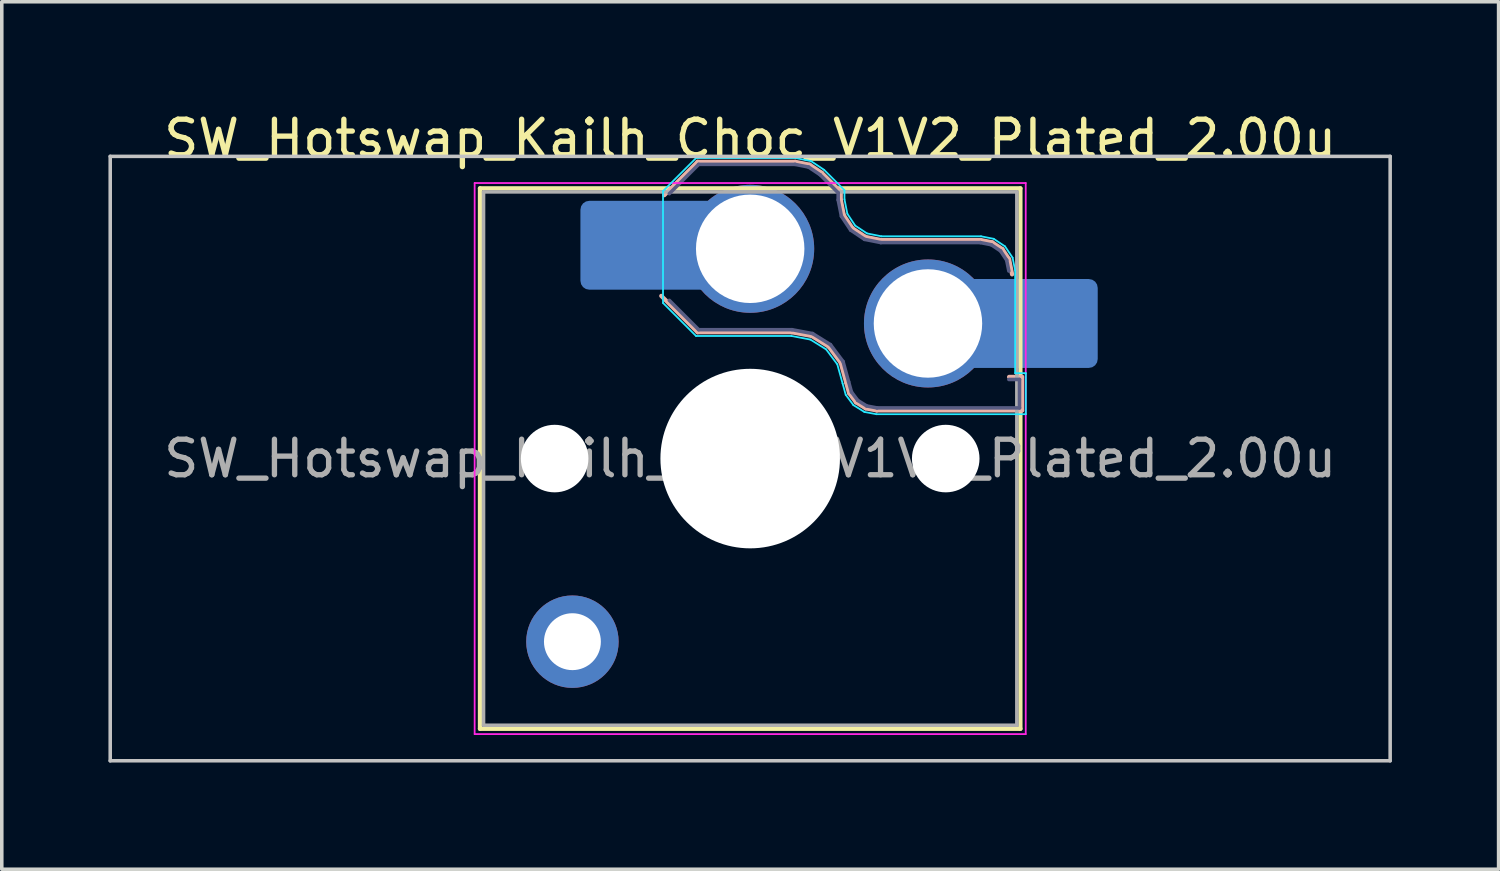
<source format=kicad_pcb>
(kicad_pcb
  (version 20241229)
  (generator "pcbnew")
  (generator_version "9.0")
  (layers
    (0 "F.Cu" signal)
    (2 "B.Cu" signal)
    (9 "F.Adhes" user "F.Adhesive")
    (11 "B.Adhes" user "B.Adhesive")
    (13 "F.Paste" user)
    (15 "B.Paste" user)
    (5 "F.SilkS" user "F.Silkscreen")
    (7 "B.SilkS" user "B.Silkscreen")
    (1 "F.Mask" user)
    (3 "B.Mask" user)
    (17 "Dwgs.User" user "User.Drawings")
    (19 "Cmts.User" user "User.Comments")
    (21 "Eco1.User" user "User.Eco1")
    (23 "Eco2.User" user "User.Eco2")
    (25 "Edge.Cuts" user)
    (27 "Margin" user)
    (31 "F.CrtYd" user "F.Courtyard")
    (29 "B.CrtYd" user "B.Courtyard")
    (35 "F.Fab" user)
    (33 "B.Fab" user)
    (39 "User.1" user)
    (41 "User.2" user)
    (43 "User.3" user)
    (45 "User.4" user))
  (footprint "SW_Hotswap_Kailh_Choc_V1V2_Plated_2.00u"
    (layer "F.Cu")
    (at 18.05 9.848)
    (property "Reference" "SW_Hotswap_Kailh_Choc_V1V2_Plated_2.00u" (at 0 -9 0) (layer "F.SilkS") (effects (font (size 1 1) (thickness 0.15))))
    (attr smd)
    (fp_line (start -7.6 -7.6) (end -7.6 7.6) (stroke (width 0.12) (type solid)) (layer "F.SilkS"))
    (fp_line (start -7.6 7.6) (end 7.6 7.6) (stroke (width 0.12) (type solid)) (layer "F.SilkS"))
    (fp_line (start 7.6 -7.6) (end -7.6 -7.6) (stroke (width 0.12) (type solid)) (layer "F.SilkS"))
    (fp_line (start 7.6 7.6) (end 7.6 -7.6) (stroke (width 0.12) (type solid)) (layer "F.SilkS"))
    (fp_line (start -2.416 -7.409) (end -1.479 -8.346) (stroke (width 0.12) (type solid)) (layer "B.SilkS"))
    (fp_line (start -1.479 -8.346) (end 1.268 -8.346) (stroke (width 0.12) (type solid)) (layer "B.SilkS"))
    (fp_line (start -1.479 -3.554) (end -2.5 -4.575) (stroke (width 0.12) (type solid)) (layer "B.SilkS"))
    (fp_line (start 1.168 -3.554) (end -1.479 -3.554) (stroke (width 0.12) (type solid)) (layer "B.SilkS"))
    (fp_line (start 1.268 -8.346) (end 1.671 -8.266) (stroke (width 0.12) (type solid)) (layer "B.SilkS"))
    (fp_line (start 1.671 -8.266) (end 2.013 -8.037) (stroke (width 0.12) (type solid)) (layer "B.SilkS"))
    (fp_line (start 1.73 -3.449) (end 1.168 -3.554) (stroke (width 0.12) (type solid)) (layer "B.SilkS"))
    (fp_line (start 2.013 -8.037) (end 2.546 -7.504) (stroke (width 0.12) (type solid)) (layer "B.SilkS"))
    (fp_line (start 2.209 -3.15) (end 1.73 -3.449) (stroke (width 0.12) (type solid)) (layer "B.SilkS"))
    (fp_line (start 2.546 -7.504) (end 2.546 -7.282) (stroke (width 0.12) (type solid)) (layer "B.SilkS"))
    (fp_line (start 2.546 -7.282) (end 2.633 -6.844) (stroke (width 0.12) (type solid)) (layer "B.SilkS"))
    (fp_line (start 2.547 -2.697) (end 2.209 -3.15) (stroke (width 0.12) (type solid)) (layer "B.SilkS"))
    (fp_line (start 2.633 -6.844) (end 2.877 -6.477) (stroke (width 0.12) (type solid)) (layer "B.SilkS"))
    (fp_line (start 2.701 -2.139) (end 2.547 -2.697) (stroke (width 0.12) (type solid)) (layer "B.SilkS"))
    (fp_line (start 2.783 -1.841) (end 2.701 -2.139) (stroke (width 0.12) (type solid)) (layer "B.SilkS"))
    (fp_line (start 2.877 -6.477) (end 3.244 -6.233) (stroke (width 0.12) (type solid)) (layer "B.SilkS"))
    (fp_line (start 2.976 -1.583) (end 2.783 -1.841) (stroke (width 0.12) (type solid)) (layer "B.SilkS"))
    (fp_line (start 3.244 -6.233) (end 3.682 -6.146) (stroke (width 0.12) (type solid)) (layer "B.SilkS"))
    (fp_line (start 3.25 -1.413) (end 2.976 -1.583) (stroke (width 0.12) (type solid)) (layer "B.SilkS"))
    (fp_line (start 3.56 -1.354) (end 3.25 -1.413) (stroke (width 0.12) (type solid)) (layer "B.SilkS"))
    (fp_line (start 3.682 -6.146) (end 6.482 -6.146) (stroke (width 0.12) (type solid)) (layer "B.SilkS"))
    (fp_line (start 6.482 -6.146) (end 6.809 -6.081) (stroke (width 0.12) (type solid)) (layer "B.SilkS"))
    (fp_line (start 6.809 -6.081) (end 7.092 -5.892) (stroke (width 0.12) (type solid)) (layer "B.SilkS"))
    (fp_line (start 7.092 -5.892) (end 7.281 -5.609) (stroke (width 0.12) (type solid)) (layer "B.SilkS"))
    (fp_line (start 7.281 -5.609) (end 7.366 -5.182) (stroke (width 0.12) (type solid)) (layer "B.SilkS"))
    (fp_line (start 7.283 -2.296) (end 7.646 -2.296) (stroke (width 0.12) (type solid)) (layer "B.SilkS"))
    (fp_line (start 7.646 -2.296) (end 7.646 -1.354) (stroke (width 0.12) (type solid)) (layer "B.SilkS"))
    (fp_line (start 7.646 -1.354) (end 3.56 -1.354) (stroke (width 0.12) (type solid)) (layer "B.SilkS"))
    (fp_line (start -18 -8.5) (end -18 8.5) (stroke (width 0.1) (type solid)) (layer "Dwgs.User"))
    (fp_line (start -18 8.5) (end 18 8.5) (stroke (width 0.1) (type solid)) (layer "Dwgs.User"))
    (fp_line (start 18 -8.5) (end -18 -8.5) (stroke (width 0.1) (type solid)) (layer "Dwgs.User"))
    (fp_line (start 18 8.5) (end 18 -8.5) (stroke (width 0.1) (type solid)) (layer "Dwgs.User"))
    (fp_line (start -7.25 -7.25) (end -7.25 7.25) (stroke (width 0.1) (type solid)) (layer "Eco1.User"))
    (fp_line (start -7.25 7.25) (end 7.25 7.25) (stroke (width 0.1) (type solid)) (layer "Eco1.User"))
    (fp_line (start 7.25 -7.25) (end -7.25 -7.25) (stroke (width 0.1) (type solid)) (layer "Eco1.User"))
    (fp_line (start 7.25 7.25) (end 7.25 -7.25) (stroke (width 0.1) (type solid)) (layer "Eco1.User"))
    (fp_line (start -2.452 -7.523) (end -1.523 -8.452) (stroke (width 0.05) (type solid)) (layer "B.CrtYd"))
    (fp_line (start -2.452 -4.377) (end -2.452 -7.523) (stroke (width 0.05) (type solid)) (layer "B.CrtYd"))
    (fp_line (start -1.523 -8.452) (end 1.278 -8.452) (stroke (width 0.05) (type solid)) (layer "B.CrtYd"))
    (fp_line (start -1.523 -3.448) (end -2.452 -4.377) (stroke (width 0.05) (type solid)) (layer "B.CrtYd"))
    (fp_line (start 1.159 -3.448) (end -1.523 -3.448) (stroke (width 0.05) (type solid)) (layer "B.CrtYd"))
    (fp_line (start 1.278 -8.452) (end 1.712 -8.366) (stroke (width 0.05) (type solid)) (layer "B.CrtYd"))
    (fp_line (start 1.691 -3.348) (end 1.159 -3.448) (stroke (width 0.05) (type solid)) (layer "B.CrtYd"))
    (fp_line (start 1.712 -8.366) (end 2.081 -8.119) (stroke (width 0.05) (type solid)) (layer "B.CrtYd"))
    (fp_line (start 2.081 -8.119) (end 2.652 -7.548) (stroke (width 0.05) (type solid)) (layer "B.CrtYd"))
    (fp_line (start 2.136 -3.071) (end 1.691 -3.348) (stroke (width 0.05) (type solid)) (layer "B.CrtYd"))
    (fp_line (start 2.45 -2.65) (end 2.136 -3.071) (stroke (width 0.05) (type solid)) (layer "B.CrtYd"))
    (fp_line (start 2.599 -2.111) (end 2.45 -2.65) (stroke (width 0.05) (type solid)) (layer "B.CrtYd"))
    (fp_line (start 2.652 -7.548) (end 2.652 -7.292) (stroke (width 0.05) (type solid)) (layer "B.CrtYd"))
    (fp_line (start 2.652 -7.292) (end 2.733 -6.885) (stroke (width 0.05) (type solid)) (layer "B.CrtYd"))
    (fp_line (start 2.687 -1.794) (end 2.599 -2.111) (stroke (width 0.05) (type solid)) (layer "B.CrtYd"))
    (fp_line (start 2.733 -6.885) (end 2.953 -6.553) (stroke (width 0.05) (type solid)) (layer "B.CrtYd"))
    (fp_line (start 2.903 -1.503) (end 2.687 -1.794) (stroke (width 0.05) (type solid)) (layer "B.CrtYd"))
    (fp_line (start 2.953 -6.553) (end 3.285 -6.333) (stroke (width 0.05) (type solid)) (layer "B.CrtYd"))
    (fp_line (start 3.211 -1.312) (end 2.903 -1.503) (stroke (width 0.05) (type solid)) (layer "B.CrtYd"))
    (fp_line (start 3.285 -6.333) (end 3.692 -6.252) (stroke (width 0.05) (type solid)) (layer "B.CrtYd"))
    (fp_line (start 3.55 -1.248) (end 3.211 -1.312) (stroke (width 0.05) (type solid)) (layer "B.CrtYd"))
    (fp_line (start 3.692 -6.252) (end 6.492 -6.252) (stroke (width 0.05) (type solid)) (layer "B.CrtYd"))
    (fp_line (start 6.492 -6.252) (end 6.85 -6.181) (stroke (width 0.05) (type solid)) (layer "B.CrtYd"))
    (fp_line (start 6.85 -6.181) (end 7.168 -5.968) (stroke (width 0.05) (type solid)) (layer "B.CrtYd"))
    (fp_line (start 7.168 -5.968) (end 7.381 -5.65) (stroke (width 0.05) (type solid)) (layer "B.CrtYd"))
    (fp_line (start 7.381 -5.65) (end 7.452 -5.292) (stroke (width 0.05) (type solid)) (layer "B.CrtYd"))
    (fp_line (start 7.452 -5.292) (end 7.452 -2.402) (stroke (width 0.05) (type solid)) (layer "B.CrtYd"))
    (fp_line (start 7.452 -2.402) (end 7.752 -2.402) (stroke (width 0.05) (type solid)) (layer "B.CrtYd"))
    (fp_line (start 7.752 -2.402) (end 7.752 -1.248) (stroke (width 0.05) (type solid)) (layer "B.CrtYd"))
    (fp_line (start 7.752 -1.248) (end 3.55 -1.248) (stroke (width 0.05) (type solid)) (layer "B.CrtYd"))
    (fp_line (start -7.75 -7.75) (end -7.75 7.75) (stroke (width 0.05) (type solid)) (layer "F.CrtYd"))
    (fp_line (start -7.75 7.75) (end 7.75 7.75) (stroke (width 0.05) (type solid)) (layer "F.CrtYd"))
    (fp_line (start 7.75 -7.75) (end -7.75 -7.75) (stroke (width 0.05) (type solid)) (layer "F.CrtYd"))
    (fp_line (start 7.75 7.75) (end 7.75 -7.75) (stroke (width 0.05) (type solid)) (layer "F.CrtYd"))
    (fp_line (start -2.275 -7.45) (end -1.45 -8.275) (stroke (width 0.1) (type solid)) (layer "B.Fab"))
    (fp_line (start -1.45 -8.275) (end 1.261 -8.275) (stroke (width 0.1) (type solid)) (layer "B.Fab"))
    (fp_line (start -1.45 -3.625) (end -2.275 -4.45) (stroke (width 0.1) (type solid)) (layer "B.Fab"))
    (fp_line (start 1.175 -3.625) (end -1.45 -3.625) (stroke (width 0.1) (type solid)) (layer "B.Fab"))
    (fp_line (start 1.261 -8.275) (end 1.643 -8.199) (stroke (width 0.1) (type solid)) (layer "B.Fab"))
    (fp_line (start 1.643 -8.199) (end 1.968 -7.982) (stroke (width 0.1) (type solid)) (layer "B.Fab"))
    (fp_line (start 1.756 -3.516) (end 1.175 -3.625) (stroke (width 0.1) (type solid)) (layer "B.Fab"))
    (fp_line (start 1.968 -7.982) (end 2.475 -7.475) (stroke (width 0.1) (type solid)) (layer "B.Fab"))
    (fp_line (start 2.258 -3.203) (end 1.756 -3.516) (stroke (width 0.1) (type solid)) (layer "B.Fab"))
    (fp_line (start 2.475 -7.475) (end 2.475 -7.275) (stroke (width 0.1) (type solid)) (layer "B.Fab"))
    (fp_line (start 2.475 -7.275) (end 2.566 -6.816) (stroke (width 0.1) (type solid)) (layer "B.Fab"))
    (fp_line (start 2.566 -6.816) (end 2.826 -6.426) (stroke (width 0.1) (type solid)) (layer "B.Fab"))
    (fp_line (start 2.612 -2.729) (end 2.258 -3.203) (stroke (width 0.1) (type solid)) (layer "B.Fab"))
    (fp_line (start 2.769 -2.158) (end 2.612 -2.729) (stroke (width 0.1) (type solid)) (layer "B.Fab"))
    (fp_line (start 2.826 -6.426) (end 3.216 -6.166) (stroke (width 0.1) (type solid)) (layer "B.Fab"))
    (fp_line (start 2.848 -1.873) (end 2.769 -2.158) (stroke (width 0.1) (type solid)) (layer "B.Fab"))
    (fp_line (start 3.025 -1.636) (end 2.848 -1.873) (stroke (width 0.1) (type solid)) (layer "B.Fab"))
    (fp_line (start 3.216 -6.166) (end 3.675 -6.075) (stroke (width 0.1) (type solid)) (layer "B.Fab"))
    (fp_line (start 3.276 -1.48) (end 3.025 -1.636) (stroke (width 0.1) (type solid)) (layer "B.Fab"))
    (fp_line (start 3.567 -1.425) (end 3.276 -1.48) (stroke (width 0.1) (type solid)) (layer "B.Fab"))
    (fp_line (start 3.675 -6.075) (end 6.475 -6.075) (stroke (width 0.1) (type solid)) (layer "B.Fab"))
    (fp_line (start 6.475 -6.075) (end 6.781 -6.014) (stroke (width 0.1) (type solid)) (layer "B.Fab"))
    (fp_line (start 6.781 -6.014) (end 7.041 -5.841) (stroke (width 0.1) (type solid)) (layer "B.Fab"))
    (fp_line (start 7.041 -5.841) (end 7.214 -5.581) (stroke (width 0.1) (type solid)) (layer "B.Fab"))
    (fp_line (start 7.214 -5.581) (end 7.275 -5.275) (stroke (width 0.1) (type solid)) (layer "B.Fab"))
    (fp_line (start 7.275 -2.225) (end 7.575 -2.225) (stroke (width 0.1) (type solid)) (layer "B.Fab"))
    (fp_line (start 7.575 -2.225) (end 7.575 -1.425) (stroke (width 0.1) (type solid)) (layer "B.Fab"))
    (fp_line (start 7.575 -1.425) (end 3.567 -1.425) (stroke (width 0.1) (type solid)) (layer "B.Fab"))
    (fp_line (start -7.5 -7.5) (end -7.5 7.5) (stroke (width 0.1) (type solid)) (layer "F.Fab"))
    (fp_line (start -7.5 7.5) (end 7.5 7.5) (stroke (width 0.1) (type solid)) (layer "F.Fab"))
    (fp_line (start 7.5 -7.5) (end -7.5 -7.5) (stroke (width 0.1) (type solid)) (layer "F.Fab"))
    (fp_line (start 7.5 7.5) (end 7.5 -7.5) (stroke (width 0.1) (type solid)) (layer "F.Fab"))
    (fp_text user "${REFERENCE}" (at 0 0 0) (layer "F.Fab") (effects (font (size 1 1) (thickness 0.15))))
    (pad "" np_thru_hole circle (at -5.5 0) (size 1.9 1.9) (drill 1.9) (layers "*.Cu" "*.Mask"))
    (pad "" thru_hole circle (at -5 5.15) (size 2.6 2.6) (drill 1.6) (layers "*.Cu" "*.Mask"))
    (pad "" smd roundrect (at -3.5 -6) (size 2.55 2.5) (layers "B.Mask" "B.Paste") (roundrect_rratio 0.1))
    (pad "" np_thru_hole circle (at 0 0) (size 5.05 5.05) (drill 5.05) (layers "*.Cu" "*.Mask"))
    (pad "" np_thru_hole circle (at 5.5 0) (size 1.9 1.9) (drill 1.9) (layers "*.Cu" "*.Mask"))
    (pad "" smd roundrect (at 8.5 -3.8) (size 2.55 2.5) (layers "B.Mask" "B.Paste") (roundrect_rratio 0.1))
    (pad "1" smd roundrect (at -2.85 -6) (size 3.85 2.5) (layers "B.Cu") (roundrect_rratio 0.1))
    (pad "1" thru_hole circle (at 0 -5.9) (size 3.6 3.6) (drill 3.05) (layers "*.Cu" "*.Mask"))
    (pad "2" thru_hole circle (at 5 -3.8) (size 3.6 3.6) (drill 3.05) (layers "*.Cu" "*.Mask"))
    (pad "2" smd roundrect (at 7.85 -3.8) (size 3.85 2.5) (layers "B.Cu") (roundrect_rratio 0.1)))
  (gr_rect
    (start -3 -3)
    (end 39.1 21.398)
    (stroke (width 0.1) (type default))
    (fill no)
    (layer "Edge.Cuts")))
</source>
